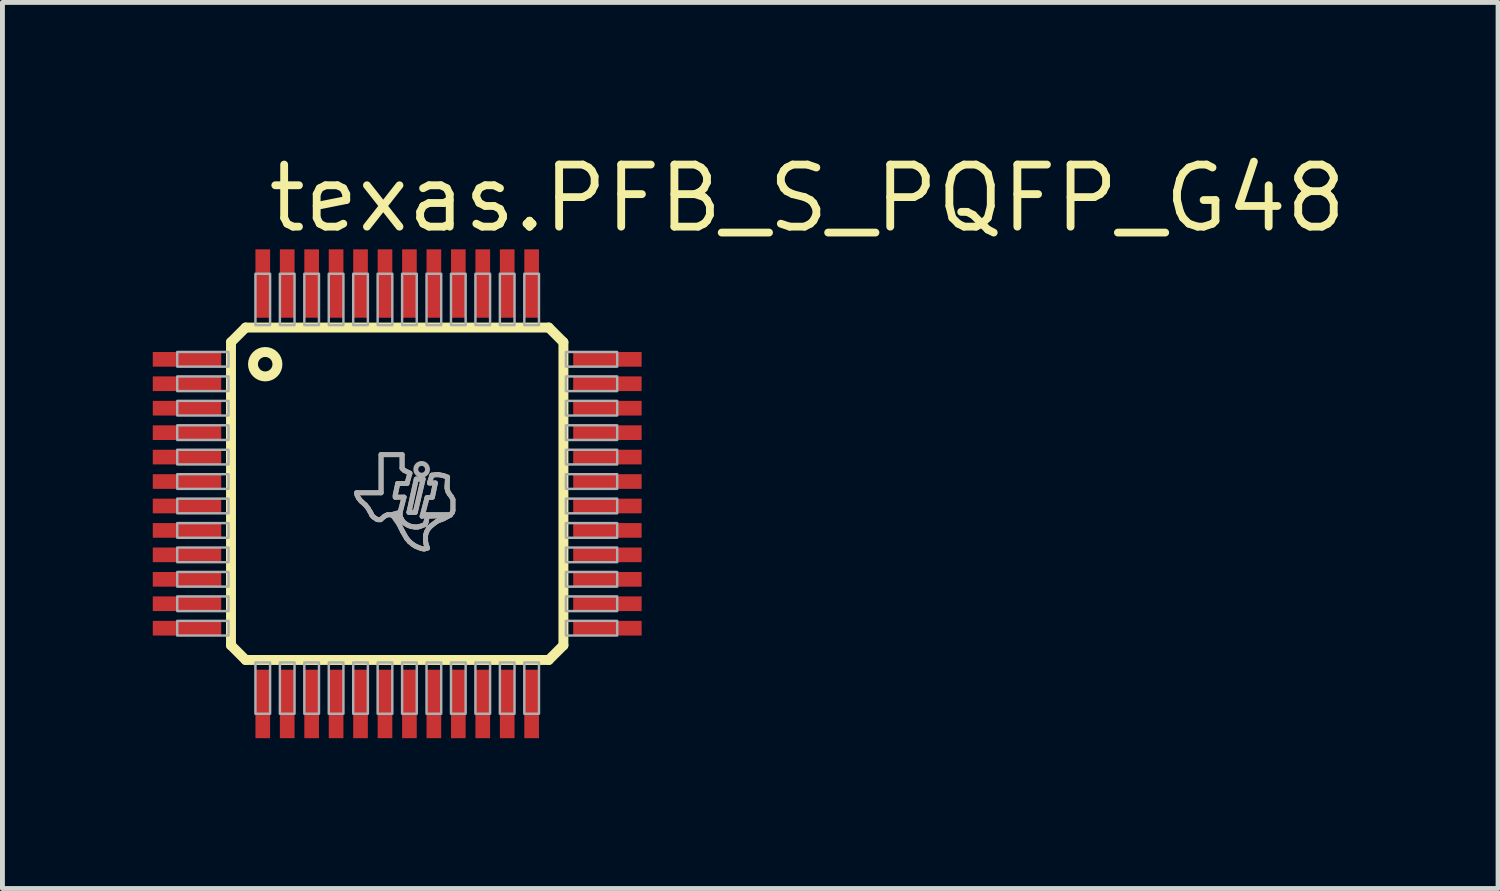
<source format=kicad_pcb>
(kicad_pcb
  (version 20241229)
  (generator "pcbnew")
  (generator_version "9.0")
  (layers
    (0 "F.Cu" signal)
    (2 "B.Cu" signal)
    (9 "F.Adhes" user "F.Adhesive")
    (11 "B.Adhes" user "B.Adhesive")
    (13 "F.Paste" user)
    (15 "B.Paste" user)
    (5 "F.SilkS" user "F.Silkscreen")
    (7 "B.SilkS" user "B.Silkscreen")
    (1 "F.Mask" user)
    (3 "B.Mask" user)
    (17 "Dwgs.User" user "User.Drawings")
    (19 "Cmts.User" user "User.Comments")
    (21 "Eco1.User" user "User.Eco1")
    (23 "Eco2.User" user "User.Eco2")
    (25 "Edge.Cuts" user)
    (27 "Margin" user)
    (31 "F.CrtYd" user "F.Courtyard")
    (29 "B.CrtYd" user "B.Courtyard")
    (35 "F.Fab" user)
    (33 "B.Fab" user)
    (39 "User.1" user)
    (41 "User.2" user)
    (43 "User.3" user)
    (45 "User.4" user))
  (footprint "texas.PFB_S_PQFP_G48"
    (layer "F.Cu")
    (at 5.075 7.05)
    (property "Reference" "texas.PFB_S_PQFP_G48" (at -2.72 -5.3 0) (layer "F.SilkS") (effects (font (size 1.27 1.27) (thickness 0.16)) (justify left bottom)))
    (attr smd)
    (fp_rect (start -5.05 -2.575) (end -3.55 -2.925) (stroke (width 0.05) (type default)) (fill yes) (layer "F.Mask"))
    (fp_rect (start -5.05 -2.075) (end -3.55 -2.425) (stroke (width 0.05) (type default)) (fill yes) (layer "F.Mask"))
    (fp_rect (start -5.05 -1.575) (end -3.55 -1.925) (stroke (width 0.05) (type default)) (fill yes) (layer "F.Mask"))
    (fp_rect (start -5.05 -1.075) (end -3.55 -1.425) (stroke (width 0.05) (type default)) (fill yes) (layer "F.Mask"))
    (fp_rect (start -5.05 -0.575) (end -3.55 -0.925) (stroke (width 0.05) (type default)) (fill yes) (layer "F.Mask"))
    (fp_rect (start -5.05 -0.075) (end -3.55 -0.425) (stroke (width 0.05) (type default)) (fill yes) (layer "F.Mask"))
    (fp_rect (start -5.05 0.425) (end -3.55 0.075) (stroke (width 0.05) (type default)) (fill yes) (layer "F.Mask"))
    (fp_rect (start -5.05 0.925) (end -3.55 0.575) (stroke (width 0.05) (type default)) (fill yes) (layer "F.Mask"))
    (fp_rect (start -5.05 1.425) (end -3.55 1.075) (stroke (width 0.05) (type default)) (fill yes) (layer "F.Mask"))
    (fp_rect (start -5.05 1.925) (end -3.55 1.575) (stroke (width 0.05) (type default)) (fill yes) (layer "F.Mask"))
    (fp_rect (start -5.05 2.425) (end -3.55 2.075) (stroke (width 0.05) (type default)) (fill yes) (layer "F.Mask"))
    (fp_rect (start -5.05 2.925) (end -3.55 2.575) (stroke (width 0.05) (type default)) (fill yes) (layer "F.Mask"))
    (fp_rect (start -2.925 -3.55) (end -2.575 -5.05) (stroke (width 0.05) (type default)) (fill yes) (layer "F.Mask"))
    (fp_rect (start -2.925 5.05) (end -2.575 3.55) (stroke (width 0.05) (type default)) (fill yes) (layer "F.Mask"))
    (fp_rect (start -2.425 -3.55) (end -2.075 -5.05) (stroke (width 0.05) (type default)) (fill yes) (layer "F.Mask"))
    (fp_rect (start -2.425 5.05) (end -2.075 3.55) (stroke (width 0.05) (type default)) (fill yes) (layer "F.Mask"))
    (fp_rect (start -1.925 -3.55) (end -1.575 -5.05) (stroke (width 0.05) (type default)) (fill yes) (layer "F.Mask"))
    (fp_rect (start -1.925 5.05) (end -1.575 3.55) (stroke (width 0.05) (type default)) (fill yes) (layer "F.Mask"))
    (fp_rect (start -1.425 -3.55) (end -1.075 -5.05) (stroke (width 0.05) (type default)) (fill yes) (layer "F.Mask"))
    (fp_rect (start -1.425 5.05) (end -1.075 3.55) (stroke (width 0.05) (type default)) (fill yes) (layer "F.Mask"))
    (fp_rect (start -0.925 -3.55) (end -0.575 -5.05) (stroke (width 0.05) (type default)) (fill yes) (layer "F.Mask"))
    (fp_rect (start -0.925 5.05) (end -0.575 3.55) (stroke (width 0.05) (type default)) (fill yes) (layer "F.Mask"))
    (fp_rect (start -0.425 -3.55) (end -0.075 -5.05) (stroke (width 0.05) (type default)) (fill yes) (layer "F.Mask"))
    (fp_rect (start -0.425 5.05) (end -0.075 3.55) (stroke (width 0.05) (type default)) (fill yes) (layer "F.Mask"))
    (fp_rect (start 0.075 -3.55) (end 0.425 -5.05) (stroke (width 0.05) (type default)) (fill yes) (layer "F.Mask"))
    (fp_rect (start 0.075 5.05) (end 0.425 3.55) (stroke (width 0.05) (type default)) (fill yes) (layer "F.Mask"))
    (fp_rect (start 0.575 -3.55) (end 0.925 -5.05) (stroke (width 0.05) (type default)) (fill yes) (layer "F.Mask"))
    (fp_rect (start 0.575 5.05) (end 0.925 3.55) (stroke (width 0.05) (type default)) (fill yes) (layer "F.Mask"))
    (fp_rect (start 1.075 -3.55) (end 1.425 -5.05) (stroke (width 0.05) (type default)) (fill yes) (layer "F.Mask"))
    (fp_rect (start 1.075 5.05) (end 1.425 3.55) (stroke (width 0.05) (type default)) (fill yes) (layer "F.Mask"))
    (fp_rect (start 1.575 -3.55) (end 1.925 -5.05) (stroke (width 0.05) (type default)) (fill yes) (layer "F.Mask"))
    (fp_rect (start 1.575 5.05) (end 1.925 3.55) (stroke (width 0.05) (type default)) (fill yes) (layer "F.Mask"))
    (fp_rect (start 2.075 -3.55) (end 2.425 -5.05) (stroke (width 0.05) (type default)) (fill yes) (layer "F.Mask"))
    (fp_rect (start 2.075 5.05) (end 2.425 3.55) (stroke (width 0.05) (type default)) (fill yes) (layer "F.Mask"))
    (fp_rect (start 2.575 -3.55) (end 2.925 -5.05) (stroke (width 0.05) (type default)) (fill yes) (layer "F.Mask"))
    (fp_rect (start 2.575 5.05) (end 2.925 3.55) (stroke (width 0.05) (type default)) (fill yes) (layer "F.Mask"))
    (fp_rect (start 3.55 -2.575) (end 5.05 -2.925) (stroke (width 0.05) (type default)) (fill yes) (layer "F.Mask"))
    (fp_rect (start 3.55 -2.075) (end 5.05 -2.425) (stroke (width 0.05) (type default)) (fill yes) (layer "F.Mask"))
    (fp_rect (start 3.55 -1.575) (end 5.05 -1.925) (stroke (width 0.05) (type default)) (fill yes) (layer "F.Mask"))
    (fp_rect (start 3.55 -1.075) (end 5.05 -1.425) (stroke (width 0.05) (type default)) (fill yes) (layer "F.Mask"))
    (fp_rect (start 3.55 -0.575) (end 5.05 -0.925) (stroke (width 0.05) (type default)) (fill yes) (layer "F.Mask"))
    (fp_rect (start 3.55 -0.075) (end 5.05 -0.425) (stroke (width 0.05) (type default)) (fill yes) (layer "F.Mask"))
    (fp_rect (start 3.55 0.425) (end 5.05 0.075) (stroke (width 0.05) (type default)) (fill yes) (layer "F.Mask"))
    (fp_rect (start 3.55 0.925) (end 5.05 0.575) (stroke (width 0.05) (type default)) (fill yes) (layer "F.Mask"))
    (fp_rect (start 3.55 1.425) (end 5.05 1.075) (stroke (width 0.05) (type default)) (fill yes) (layer "F.Mask"))
    (fp_rect (start 3.55 1.925) (end 5.05 1.575) (stroke (width 0.05) (type default)) (fill yes) (layer "F.Mask"))
    (fp_rect (start 3.55 2.425) (end 5.05 2.075) (stroke (width 0.05) (type default)) (fill yes) (layer "F.Mask"))
    (fp_rect (start 3.55 2.925) (end 5.05 2.575) (stroke (width 0.05) (type default)) (fill yes) (layer "F.Mask"))
    (fp_line (start -3.4 -3.1) (end -3.4 3.1) (stroke (width 0.203) (type default)) (layer "F.SilkS"))
    (fp_line (start -3.4 3.1) (end -3.1 3.4) (stroke (width 0.203) (type default)) (layer "F.SilkS"))
    (fp_line (start -3.1 -3.4) (end -3.4 -3.1) (stroke (width 0.203) (type default)) (layer "F.SilkS"))
    (fp_line (start -3.1 3.4) (end 3.1 3.4) (stroke (width 0.203) (type default)) (layer "F.SilkS"))
    (fp_line (start 3.1 -3.4) (end -3.1 -3.4) (stroke (width 0.203) (type default)) (layer "F.SilkS"))
    (fp_line (start 3.1 3.4) (end 3.4 3.1) (stroke (width 0.203) (type default)) (layer "F.SilkS"))
    (fp_line (start 3.4 -3.1) (end 3.1 -3.4) (stroke (width 0.203) (type default)) (layer "F.SilkS"))
    (fp_line (start 3.4 3.1) (end 3.4 -3.1) (stroke (width 0.203) (type default)) (layer "F.SilkS"))
    (fp_circle (center -2.7 -2.65) (end -2.45 -2.65) (stroke (width 0.203) (type default)) (fill no) (layer "F.SilkS"))
    (fp_line (start -0.83 -0.02) (end -0.82 0.03) (stroke (width 0.102) (type default)) (layer "F.Fab"))
    (fp_line (start -0.82 0.03) (end -0.79 0.09) (stroke (width 0.102) (type default)) (layer "F.Fab"))
    (fp_line (start -0.79 0.09) (end -0.74 0.15) (stroke (width 0.102) (type default)) (layer "F.Fab"))
    (fp_line (start -0.74 0.15) (end -0.65 0.23) (stroke (width 0.102) (type default)) (layer "F.Fab"))
    (fp_line (start -0.65 0.23) (end -0.6 0.29) (stroke (width 0.102) (type default)) (layer "F.Fab"))
    (fp_line (start -0.6 0.29) (end -0.56 0.36) (stroke (width 0.102) (type default)) (layer "F.Fab"))
    (fp_line (start -0.56 0.36) (end -0.54 0.39) (stroke (width 0.102) (type default)) (layer "F.Fab"))
    (fp_line (start -0.54 0.39) (end -0.52 0.44) (stroke (width 0.102) (type default)) (layer "F.Fab"))
    (fp_line (start -0.52 0.44) (end -0.48 0.48) (stroke (width 0.102) (type default)) (layer "F.Fab"))
    (fp_line (start -0.48 0.48) (end -0.42 0.52) (stroke (width 0.102) (type default)) (layer "F.Fab"))
    (fp_line (start -0.42 0.52) (end -0.39 0.53) (stroke (width 0.102) (type default)) (layer "F.Fab"))
    (fp_line (start -0.39 0.53) (end -0.34 0.53) (stroke (width 0.102) (type default)) (layer "F.Fab"))
    (fp_line (start -0.34 0.53) (end -0.26 0.46) (stroke (width 0.102) (type default)) (layer "F.Fab"))
    (fp_line (start -0.33 -0.8) (end -0.33 -0.02) (stroke (width 0.102) (type default)) (layer "F.Fab"))
    (fp_line (start -0.33 -0.02) (end -0.83 -0.02) (stroke (width 0.102) (type default)) (layer "F.Fab"))
    (fp_line (start -0.26 0.46) (end -0.2 0.43) (stroke (width 0.102) (type default)) (layer "F.Fab"))
    (fp_line (start -0.2 0.43) (end -0.12 0.43) (stroke (width 0.102) (type default)) (layer "F.Fab"))
    (fp_line (start -0.12 0.43) (end 0.06 0.38) (stroke (width 0.102) (type default)) (layer "F.Fab"))
    (fp_line (start -0.09 0.43) (end -0.09 0.45) (stroke (width 0.102) (type default)) (layer "F.Fab"))
    (fp_line (start -0.09 0.45) (end -0.06 0.48) (stroke (width 0.102) (type default)) (layer "F.Fab"))
    (fp_line (start -0.06 0.48) (end -0.02 0.54) (stroke (width 0.102) (type default)) (layer "F.Fab"))
    (fp_line (start -0.04 0.03) (end 0.01 -0.21) (stroke (width 0.102) (type default)) (layer "F.Fab"))
    (fp_line (start -0.04 0.07) (end -0.04 0.03) (stroke (width 0.102) (type default)) (layer "F.Fab"))
    (fp_line (start -0.02 0.54) (end 0.03 0.61) (stroke (width 0.102) (type default)) (layer "F.Fab"))
    (fp_line (start 0.01 -0.21) (end 0.2 -0.21) (stroke (width 0.102) (type default)) (layer "F.Fab"))
    (fp_line (start 0.03 0.61) (end 0.11 0.77) (stroke (width 0.102) (type default)) (layer "F.Fab"))
    (fp_line (start 0.06 0.38) (end 0.14 0.07) (stroke (width 0.102) (type default)) (layer "F.Fab"))
    (fp_line (start 0.06 0.43) (end -0.09 0.43) (stroke (width 0.102) (type default)) (layer "F.Fab"))
    (fp_line (start 0.06 0.48) (end 0.06 0.43) (stroke (width 0.102) (type default)) (layer "F.Fab"))
    (fp_line (start 0.08 0.51) (end 0.06 0.48) (stroke (width 0.102) (type default)) (layer "F.Fab"))
    (fp_line (start 0.09 0.52) (end 0.08 0.51) (stroke (width 0.102) (type default)) (layer "F.Fab"))
    (fp_line (start 0.1 -0.8) (end -0.33 -0.8) (stroke (width 0.102) (type default)) (layer "F.Fab"))
    (fp_line (start 0.1 -0.52) (end 0.1 -0.8) (stroke (width 0.102) (type default)) (layer "F.Fab"))
    (fp_line (start 0.11 0.56) (end 0.09 0.52) (stroke (width 0.102) (type default)) (layer "F.Fab"))
    (fp_line (start 0.11 0.77) (end 0.19 0.91) (stroke (width 0.102) (type default)) (layer "F.Fab"))
    (fp_line (start 0.14 -0.48) (end 0.1 -0.52) (stroke (width 0.102) (type default)) (layer "F.Fab"))
    (fp_line (start 0.14 0.07) (end -0.04 0.07) (stroke (width 0.102) (type default)) (layer "F.Fab"))
    (fp_line (start 0.15 0.6) (end 0.11 0.56) (stroke (width 0.102) (type default)) (layer "F.Fab"))
    (fp_line (start 0.18 0.62) (end 0.15 0.6) (stroke (width 0.102) (type default)) (layer "F.Fab"))
    (fp_line (start 0.19 0.91) (end 0.25 0.98) (stroke (width 0.102) (type default)) (layer "F.Fab"))
    (fp_line (start 0.2 -0.21) (end 0.26 -0.42) (stroke (width 0.102) (type default)) (layer "F.Fab"))
    (fp_line (start 0.23 0.65) (end 0.18 0.62) (stroke (width 0.102) (type default)) (layer "F.Fab"))
    (fp_line (start 0.24 0.38) (end 0.37 0.38) (stroke (width 0.102) (type default)) (layer "F.Fab"))
    (fp_line (start 0.25 0.98) (end 0.31 1.03) (stroke (width 0.102) (type default)) (layer "F.Fab"))
    (fp_line (start 0.26 -0.42) (end 0.14 -0.48) (stroke (width 0.102) (type default)) (layer "F.Fab"))
    (fp_line (start 0.29 0.67) (end 0.23 0.65) (stroke (width 0.102) (type default)) (layer "F.Fab"))
    (fp_line (start 0.31 1.03) (end 0.37 1.07) (stroke (width 0.102) (type default)) (layer "F.Fab"))
    (fp_line (start 0.36 0.68) (end 0.29 0.67) (stroke (width 0.102) (type default)) (layer "F.Fab"))
    (fp_line (start 0.37 0.38) (end 0.53 -0.3) (stroke (width 0.102) (type default)) (layer "F.Fab"))
    (fp_line (start 0.37 1.07) (end 0.44 1.1) (stroke (width 0.102) (type default)) (layer "F.Fab"))
    (fp_line (start 0.39 -0.3) (end 0.24 0.38) (stroke (width 0.102) (type default)) (layer "F.Fab"))
    (fp_line (start 0.42 0.68) (end 0.36 0.68) (stroke (width 0.102) (type default)) (layer "F.Fab"))
    (fp_line (start 0.44 1.1) (end 0.49 1.12) (stroke (width 0.102) (type default)) (layer "F.Fab"))
    (fp_line (start 0.46 0.67) (end 0.42 0.68) (stroke (width 0.102) (type default)) (layer "F.Fab"))
    (fp_line (start 0.49 1.12) (end 0.55 1.13) (stroke (width 0.102) (type default)) (layer "F.Fab"))
    (fp_line (start 0.51 0.46) (end 0.59 0.43) (stroke (width 0.102) (type default)) (layer "F.Fab"))
    (fp_line (start 0.53 -0.3) (end 0.39 -0.3) (stroke (width 0.102) (type default)) (layer "F.Fab"))
    (fp_line (start 0.55 1.13) (end 0.59 1.12) (stroke (width 0.102) (type default)) (layer "F.Fab"))
    (fp_line (start 0.57 0.63) (end 0.46 0.67) (stroke (width 0.102) (type default)) (layer "F.Fab"))
    (fp_line (start 0.58 0.61) (end 0.57 0.63) (stroke (width 0.102) (type default)) (layer "F.Fab"))
    (fp_line (start 0.58 0.85) (end 0.6 0.78) (stroke (width 0.102) (type default)) (layer "F.Fab"))
    (fp_line (start 0.58 0.97) (end 0.58 0.85) (stroke (width 0.102) (type default)) (layer "F.Fab"))
    (fp_line (start 0.59 0.43) (end 1.09 0.43) (stroke (width 0.102) (type default)) (layer "F.Fab"))
    (fp_line (start 0.59 0.58) (end 0.58 0.61) (stroke (width 0.102) (type default)) (layer "F.Fab"))
    (fp_line (start 0.59 1.03) (end 0.58 0.97) (stroke (width 0.102) (type default)) (layer "F.Fab"))
    (fp_line (start 0.59 1.12) (end 0.62 1.11) (stroke (width 0.102) (type default)) (layer "F.Fab"))
    (fp_line (start 0.6 0.78) (end 0.64 0.71) (stroke (width 0.102) (type default)) (layer "F.Fab"))
    (fp_line (start 0.61 0.08) (end 0.51 0.46) (stroke (width 0.102) (type default)) (layer "F.Fab"))
    (fp_line (start 0.61 0.46) (end 0.61 0.48) (stroke (width 0.102) (type default)) (layer "F.Fab"))
    (fp_line (start 0.61 0.48) (end 0.59 0.58) (stroke (width 0.102) (type default)) (layer "F.Fab"))
    (fp_line (start 0.62 1.11) (end 0.59 1.03) (stroke (width 0.102) (type default)) (layer "F.Fab"))
    (fp_line (start 0.64 0.71) (end 0.7 0.65) (stroke (width 0.102) (type default)) (layer "F.Fab"))
    (fp_line (start 0.66 -0.22) (end 0.78 -0.22) (stroke (width 0.102) (type default)) (layer "F.Fab"))
    (fp_line (start 0.7 0.65) (end 0.82 0.56) (stroke (width 0.102) (type default)) (layer "F.Fab"))
    (fp_line (start 0.71 -0.38) (end 0.66 -0.22) (stroke (width 0.102) (type default)) (layer "F.Fab"))
    (fp_line (start 0.72 0.07) (end 0.61 0.08) (stroke (width 0.102) (type default)) (layer "F.Fab"))
    (fp_line (start 0.78 -0.22) (end 0.72 0.07) (stroke (width 0.102) (type default)) (layer "F.Fab"))
    (fp_line (start 0.79 -0.39) (end 0.71 -0.38) (stroke (width 0.102) (type default)) (layer "F.Fab"))
    (fp_line (start 0.82 0.56) (end 0.95 0.51) (stroke (width 0.102) (type default)) (layer "F.Fab"))
    (fp_line (start 0.85 -0.39) (end 0.79 -0.39) (stroke (width 0.102) (type default)) (layer "F.Fab"))
    (fp_line (start 0.95 -0.37) (end 0.85 -0.39) (stroke (width 0.102) (type default)) (layer "F.Fab"))
    (fp_line (start 0.95 0.51) (end 1.08 0.44) (stroke (width 0.102) (type default)) (layer "F.Fab"))
    (fp_line (start 1.02 -0.16) (end 1.03 -0.34) (stroke (width 0.102) (type default)) (layer "F.Fab"))
    (fp_line (start 1.02 -0.11) (end 1.02 -0.16) (stroke (width 0.102) (type default)) (layer "F.Fab"))
    (fp_line (start 1.03 -0.34) (end 0.95 -0.37) (stroke (width 0.102) (type default)) (layer "F.Fab"))
    (fp_line (start 1.04 -0.04) (end 1.02 -0.11) (stroke (width 0.102) (type default)) (layer "F.Fab"))
    (fp_line (start 1.07 0.01) (end 1.04 -0.04) (stroke (width 0.102) (type default)) (layer "F.Fab"))
    (fp_line (start 1.08 0.44) (end 0.61 0.46) (stroke (width 0.102) (type default)) (layer "F.Fab"))
    (fp_line (start 1.09 0.43) (end 1.13 0.38) (stroke (width 0.102) (type default)) (layer "F.Fab"))
    (fp_line (start 1.11 0.06) (end 1.07 0.01) (stroke (width 0.102) (type default)) (layer "F.Fab"))
    (fp_line (start 1.13 0.38) (end 1.14 0.34) (stroke (width 0.102) (type default)) (layer "F.Fab"))
    (fp_line (start 1.14 0.12) (end 1.11 0.06) (stroke (width 0.102) (type default)) (layer "F.Fab"))
    (fp_line (start 1.14 0.34) (end 1.14 0.12) (stroke (width 0.102) (type default)) (layer "F.Fab"))
    (fp_rect (start -4.5 -2.6) (end -3.45 -2.9) (stroke (width 0.05) (type default)) (fill no) (layer "F.Fab"))
    (fp_rect (start -4.5 -2.1) (end -3.45 -2.4) (stroke (width 0.05) (type default)) (fill no) (layer "F.Fab"))
    (fp_rect (start -4.5 -1.6) (end -3.45 -1.9) (stroke (width 0.05) (type default)) (fill no) (layer "F.Fab"))
    (fp_rect (start -4.5 -1.1) (end -3.45 -1.4) (stroke (width 0.05) (type default)) (fill no) (layer "F.Fab"))
    (fp_rect (start -4.5 -0.6) (end -3.45 -0.9) (stroke (width 0.05) (type default)) (fill no) (layer "F.Fab"))
    (fp_rect (start -4.5 -0.1) (end -3.45 -0.4) (stroke (width 0.05) (type default)) (fill no) (layer "F.Fab"))
    (fp_rect (start -4.5 0.4) (end -3.45 0.1) (stroke (width 0.05) (type default)) (fill no) (layer "F.Fab"))
    (fp_rect (start -4.5 0.9) (end -3.45 0.6) (stroke (width 0.05) (type default)) (fill no) (layer "F.Fab"))
    (fp_rect (start -4.5 1.4) (end -3.45 1.1) (stroke (width 0.05) (type default)) (fill no) (layer "F.Fab"))
    (fp_rect (start -4.5 1.9) (end -3.45 1.6) (stroke (width 0.05) (type default)) (fill no) (layer "F.Fab"))
    (fp_rect (start -4.5 2.4) (end -3.45 2.1) (stroke (width 0.05) (type default)) (fill no) (layer "F.Fab"))
    (fp_rect (start -4.5 2.9) (end -3.45 2.6) (stroke (width 0.05) (type default)) (fill no) (layer "F.Fab"))
    (fp_rect (start -2.9 -3.45) (end -2.6 -4.5) (stroke (width 0.05) (type default)) (fill no) (layer "F.Fab"))
    (fp_rect (start -2.9 4.5) (end -2.6 3.45) (stroke (width 0.05) (type default)) (fill no) (layer "F.Fab"))
    (fp_rect (start -2.4 -3.45) (end -2.1 -4.5) (stroke (width 0.05) (type default)) (fill no) (layer "F.Fab"))
    (fp_rect (start -2.4 4.5) (end -2.1 3.45) (stroke (width 0.05) (type default)) (fill no) (layer "F.Fab"))
    (fp_rect (start -1.9 -3.45) (end -1.6 -4.5) (stroke (width 0.05) (type default)) (fill no) (layer "F.Fab"))
    (fp_rect (start -1.9 4.5) (end -1.6 3.45) (stroke (width 0.05) (type default)) (fill no) (layer "F.Fab"))
    (fp_rect (start -1.4 -3.45) (end -1.1 -4.5) (stroke (width 0.05) (type default)) (fill no) (layer "F.Fab"))
    (fp_rect (start -1.4 4.5) (end -1.1 3.45) (stroke (width 0.05) (type default)) (fill no) (layer "F.Fab"))
    (fp_rect (start -0.9 -3.45) (end -0.6 -4.5) (stroke (width 0.05) (type default)) (fill no) (layer "F.Fab"))
    (fp_rect (start -0.9 4.5) (end -0.6 3.45) (stroke (width 0.05) (type default)) (fill no) (layer "F.Fab"))
    (fp_rect (start -0.4 -3.45) (end -0.1 -4.5) (stroke (width 0.05) (type default)) (fill no) (layer "F.Fab"))
    (fp_rect (start -0.4 4.5) (end -0.1 3.45) (stroke (width 0.05) (type default)) (fill no) (layer "F.Fab"))
    (fp_rect (start 0.1 -3.45) (end 0.4 -4.5) (stroke (width 0.05) (type default)) (fill no) (layer "F.Fab"))
    (fp_rect (start 0.1 4.5) (end 0.4 3.45) (stroke (width 0.05) (type default)) (fill no) (layer "F.Fab"))
    (fp_rect (start 0.6 -3.45) (end 0.9 -4.5) (stroke (width 0.05) (type default)) (fill no) (layer "F.Fab"))
    (fp_rect (start 0.6 4.5) (end 0.9 3.45) (stroke (width 0.05) (type default)) (fill no) (layer "F.Fab"))
    (fp_rect (start 1.1 -3.45) (end 1.4 -4.5) (stroke (width 0.05) (type default)) (fill no) (layer "F.Fab"))
    (fp_rect (start 1.1 4.5) (end 1.4 3.45) (stroke (width 0.05) (type default)) (fill no) (layer "F.Fab"))
    (fp_rect (start 1.6 -3.45) (end 1.9 -4.5) (stroke (width 0.05) (type default)) (fill no) (layer "F.Fab"))
    (fp_rect (start 1.6 4.5) (end 1.9 3.45) (stroke (width 0.05) (type default)) (fill no) (layer "F.Fab"))
    (fp_rect (start 2.1 -3.45) (end 2.4 -4.5) (stroke (width 0.05) (type default)) (fill no) (layer "F.Fab"))
    (fp_rect (start 2.1 4.5) (end 2.4 3.45) (stroke (width 0.05) (type default)) (fill no) (layer "F.Fab"))
    (fp_rect (start 2.6 -3.45) (end 2.9 -4.5) (stroke (width 0.05) (type default)) (fill no) (layer "F.Fab"))
    (fp_rect (start 2.6 4.5) (end 2.9 3.45) (stroke (width 0.05) (type default)) (fill no) (layer "F.Fab"))
    (fp_rect (start 3.45 -2.6) (end 4.5 -2.9) (stroke (width 0.05) (type default)) (fill no) (layer "F.Fab"))
    (fp_rect (start 3.45 -2.1) (end 4.5 -2.4) (stroke (width 0.05) (type default)) (fill no) (layer "F.Fab"))
    (fp_rect (start 3.45 -1.6) (end 4.5 -1.9) (stroke (width 0.05) (type default)) (fill no) (layer "F.Fab"))
    (fp_rect (start 3.45 -1.1) (end 4.5 -1.4) (stroke (width 0.05) (type default)) (fill no) (layer "F.Fab"))
    (fp_rect (start 3.45 -0.6) (end 4.5 -0.9) (stroke (width 0.05) (type default)) (fill no) (layer "F.Fab"))
    (fp_rect (start 3.45 -0.1) (end 4.5 -0.4) (stroke (width 0.05) (type default)) (fill no) (layer "F.Fab"))
    (fp_rect (start 3.45 0.4) (end 4.5 0.1) (stroke (width 0.05) (type default)) (fill no) (layer "F.Fab"))
    (fp_rect (start 3.45 0.9) (end 4.5 0.6) (stroke (width 0.05) (type default)) (fill no) (layer "F.Fab"))
    (fp_rect (start 3.45 1.4) (end 4.5 1.1) (stroke (width 0.05) (type default)) (fill no) (layer "F.Fab"))
    (fp_rect (start 3.45 1.9) (end 4.5 1.6) (stroke (width 0.05) (type default)) (fill no) (layer "F.Fab"))
    (fp_rect (start 3.45 2.4) (end 4.5 2.1) (stroke (width 0.05) (type default)) (fill no) (layer "F.Fab"))
    (fp_rect (start 3.45 2.9) (end 4.5 2.6) (stroke (width 0.05) (type default)) (fill no) (layer "F.Fab"))
    (fp_circle (center 0.5 -0.5) (end 0.62 -0.5) (stroke (width 0.1) (type default)) (fill no) (layer "F.Fab"))
    (fp_poly (pts (xy 0.53 -0.3) (xy 0.39 -0.3) (xy 0.24 0.38) (xy 0.37 0.38)) (stroke (width 0.1) (type default)) (fill no) (layer "F.Fab"))
    (fp_poly (pts (xy 1.03 -0.34) (xy 0.95 -0.37) (xy 0.85 -0.39) (xy 0.79 -0.39) (xy 0.71 -0.38) (xy 0.66 -0.22) (xy 0.78 -0.22) (xy 0.72 0.07) (xy 0.61 0.08) (xy 0.51 0.46) (xy 0.59 0.43) (xy 1.09 0.43) (xy 1.13 0.38) (xy 1.14 0.34) (xy 1.14 0.12) (xy 1.11 0.06) (xy 1.07 0.01) (xy 1.04 -0.04) (xy 1.02 -0.11) (xy 1.02 -0.16)) (stroke (width 0.1) (type default)) (fill no) (layer "F.Fab"))
    (fp_poly (pts (xy 0.1 -0.8) (xy -0.33 -0.8) (xy -0.33 -0.02) (xy -0.83 -0.02) (xy -0.82 0.03) (xy -0.79 0.09) (xy -0.74 0.15) (xy -0.65 0.23) (xy -0.6 0.29) (xy -0.56 0.36) (xy -0.54 0.39) (xy -0.52 0.44) (xy -0.48 0.48) (xy -0.42 0.52) (xy -0.39 0.53) (xy -0.34 0.53) (xy -0.26 0.46) (xy -0.2 0.43) (xy -0.12 0.43) (xy 0.06 0.38) (xy 0.14 0.07) (xy -0.04 0.07) (xy -0.04 0.03) (xy 0.01 -0.21) (xy 0.2 -0.21) (xy 0.26 -0.42) (xy 0.14 -0.48) (xy 0.1 -0.52)) (stroke (width 0.1) (type default)) (fill no) (layer "F.Fab"))
    (fp_poly (pts (xy 0.61 0.46) (xy 0.61 0.48) (xy 0.59 0.58) (xy 0.58 0.61) (xy 0.57 0.63) (xy 0.46 0.67) (xy 0.42 0.68) (xy 0.36 0.68) (xy 0.29 0.67) (xy 0.23 0.65) (xy 0.18 0.62) (xy 0.15 0.6) (xy 0.11 0.56) (xy 0.09 0.52) (xy 0.08 0.51) (xy 0.06 0.48) (xy 0.06 0.43) (xy -0.09 0.43) (xy -0.09 0.45) (xy -0.06 0.48) (xy -0.02 0.54) (xy 0.03 0.61) (xy 0.11 0.77) (xy 0.19 0.91) (xy 0.25 0.98) (xy 0.31 1.03) (xy 0.37 1.07) (xy 0.44 1.1) (xy 0.49 1.12) (xy 0.55 1.13) (xy 0.59 1.12) (xy 0.62 1.11) (xy 0.59 1.03) (xy 0.58 0.97) (xy 0.58 0.85) (xy 0.6 0.78) (xy 0.64 0.71) (xy 0.7 0.65) (xy 0.82 0.56) (xy 0.95 0.51) (xy 1.08 0.44)) (stroke (width 0.1) (type default)) (fill no) (layer "F.Fab"))
    (pad "1" smd roundrect (at -4.3 -2.75) (size 1.4 0.3) (layers "F.Cu" "F.Mask" "F.Paste") (roundrect_rratio 0.01))
    (pad "2" smd roundrect (at -4.3 -2.25) (size 1.4 0.3) (layers "F.Cu" "F.Mask" "F.Paste") (roundrect_rratio 0.01))
    (pad "3" smd roundrect (at -4.3 -1.75) (size 1.4 0.3) (layers "F.Cu" "F.Mask" "F.Paste") (roundrect_rratio 0.01))
    (pad "4" smd roundrect (at -4.3 -1.25) (size 1.4 0.3) (layers "F.Cu" "F.Mask" "F.Paste") (roundrect_rratio 0.01))
    (pad "5" smd roundrect (at -4.3 -0.75) (size 1.4 0.3) (layers "F.Cu" "F.Mask" "F.Paste") (roundrect_rratio 0.01))
    (pad "6" smd roundrect (at -4.3 -0.25) (size 1.4 0.3) (layers "F.Cu" "F.Mask" "F.Paste") (roundrect_rratio 0.01))
    (pad "7" smd roundrect (at -4.3 0.25) (size 1.4 0.3) (layers "F.Cu" "F.Mask" "F.Paste") (roundrect_rratio 0.01))
    (pad "8" smd roundrect (at -4.3 0.75) (size 1.4 0.3) (layers "F.Cu" "F.Mask" "F.Paste") (roundrect_rratio 0.01))
    (pad "9" smd roundrect (at -4.3 1.25) (size 1.4 0.3) (layers "F.Cu" "F.Mask" "F.Paste") (roundrect_rratio 0.01))
    (pad "10" smd roundrect (at -4.3 1.75) (size 1.4 0.3) (layers "F.Cu" "F.Mask" "F.Paste") (roundrect_rratio 0.01))
    (pad "11" smd roundrect (at -4.3 2.25) (size 1.4 0.3) (layers "F.Cu" "F.Mask" "F.Paste") (roundrect_rratio 0.01))
    (pad "12" smd roundrect (at -4.3 2.75) (size 1.4 0.3) (layers "F.Cu" "F.Mask" "F.Paste") (roundrect_rratio 0.01))
    (pad "13" smd roundrect (at -2.75 4.3) (size 0.3 1.4) (layers "F.Cu" "F.Mask" "F.Paste") (roundrect_rratio 0.01))
    (pad "14" smd roundrect (at -2.25 4.3) (size 0.3 1.4) (layers "F.Cu" "F.Mask" "F.Paste") (roundrect_rratio 0.01))
    (pad "15" smd roundrect (at -1.75 4.3) (size 0.3 1.4) (layers "F.Cu" "F.Mask" "F.Paste") (roundrect_rratio 0.01))
    (pad "16" smd roundrect (at -1.25 4.3) (size 0.3 1.4) (layers "F.Cu" "F.Mask" "F.Paste") (roundrect_rratio 0.01))
    (pad "17" smd roundrect (at -0.75 4.3) (size 0.3 1.4) (layers "F.Cu" "F.Mask" "F.Paste") (roundrect_rratio 0.01))
    (pad "18" smd roundrect (at -0.25 4.3) (size 0.3 1.4) (layers "F.Cu" "F.Mask" "F.Paste") (roundrect_rratio 0.01))
    (pad "19" smd roundrect (at 0.25 4.3) (size 0.3 1.4) (layers "F.Cu" "F.Mask" "F.Paste") (roundrect_rratio 0.01))
    (pad "20" smd roundrect (at 0.75 4.3) (size 0.3 1.4) (layers "F.Cu" "F.Mask" "F.Paste") (roundrect_rratio 0.01))
    (pad "21" smd roundrect (at 1.25 4.3) (size 0.3 1.4) (layers "F.Cu" "F.Mask" "F.Paste") (roundrect_rratio 0.01))
    (pad "22" smd roundrect (at 1.75 4.3) (size 0.3 1.4) (layers "F.Cu" "F.Mask" "F.Paste") (roundrect_rratio 0.01))
    (pad "23" smd roundrect (at 2.25 4.3) (size 0.3 1.4) (layers "F.Cu" "F.Mask" "F.Paste") (roundrect_rratio 0.01))
    (pad "24" smd roundrect (at 2.75 4.3) (size 0.3 1.4) (layers "F.Cu" "F.Mask" "F.Paste") (roundrect_rratio 0.01))
    (pad "25" smd roundrect (at 4.3 2.75) (size 1.4 0.3) (layers "F.Cu" "F.Mask" "F.Paste") (roundrect_rratio 0.01))
    (pad "26" smd roundrect (at 4.3 2.25) (size 1.4 0.3) (layers "F.Cu" "F.Mask" "F.Paste") (roundrect_rratio 0.01))
    (pad "27" smd roundrect (at 4.3 1.75) (size 1.4 0.3) (layers "F.Cu" "F.Mask" "F.Paste") (roundrect_rratio 0.01))
    (pad "28" smd roundrect (at 4.3 1.25) (size 1.4 0.3) (layers "F.Cu" "F.Mask" "F.Paste") (roundrect_rratio 0.01))
    (pad "29" smd roundrect (at 4.3 0.75) (size 1.4 0.3) (layers "F.Cu" "F.Mask" "F.Paste") (roundrect_rratio 0.01))
    (pad "30" smd roundrect (at 4.3 0.25) (size 1.4 0.3) (layers "F.Cu" "F.Mask" "F.Paste") (roundrect_rratio 0.01))
    (pad "31" smd roundrect (at 4.3 -0.25) (size 1.4 0.3) (layers "F.Cu" "F.Mask" "F.Paste") (roundrect_rratio 0.01))
    (pad "32" smd roundrect (at 4.3 -0.75) (size 1.4 0.3) (layers "F.Cu" "F.Mask" "F.Paste") (roundrect_rratio 0.01))
    (pad "33" smd roundrect (at 4.3 -1.25) (size 1.4 0.3) (layers "F.Cu" "F.Mask" "F.Paste") (roundrect_rratio 0.01))
    (pad "34" smd roundrect (at 4.3 -1.75) (size 1.4 0.3) (layers "F.Cu" "F.Mask" "F.Paste") (roundrect_rratio 0.01))
    (pad "35" smd roundrect (at 4.3 -2.25) (size 1.4 0.3) (layers "F.Cu" "F.Mask" "F.Paste") (roundrect_rratio 0.01))
    (pad "36" smd roundrect (at 4.3 -2.75) (size 1.4 0.3) (layers "F.Cu" "F.Mask" "F.Paste") (roundrect_rratio 0.01))
    (pad "37" smd roundrect (at 2.75 -4.3) (size 0.3 1.4) (layers "F.Cu" "F.Mask" "F.Paste") (roundrect_rratio 0.01))
    (pad "38" smd roundrect (at 2.25 -4.3) (size 0.3 1.4) (layers "F.Cu" "F.Mask" "F.Paste") (roundrect_rratio 0.01))
    (pad "39" smd roundrect (at 1.75 -4.3) (size 0.3 1.4) (layers "F.Cu" "F.Mask" "F.Paste") (roundrect_rratio 0.01))
    (pad "40" smd roundrect (at 1.25 -4.3) (size 0.3 1.4) (layers "F.Cu" "F.Mask" "F.Paste") (roundrect_rratio 0.01))
    (pad "41" smd roundrect (at 0.75 -4.3) (size 0.3 1.4) (layers "F.Cu" "F.Mask" "F.Paste") (roundrect_rratio 0.01))
    (pad "42" smd roundrect (at 0.25 -4.3) (size 0.3 1.4) (layers "F.Cu" "F.Mask" "F.Paste") (roundrect_rratio 0.01))
    (pad "43" smd roundrect (at -0.25 -4.3) (size 0.3 1.4) (layers "F.Cu" "F.Mask" "F.Paste") (roundrect_rratio 0.01))
    (pad "44" smd roundrect (at -0.75 -4.3) (size 0.3 1.4) (layers "F.Cu" "F.Mask" "F.Paste") (roundrect_rratio 0.01))
    (pad "45" smd roundrect (at -1.25 -4.3) (size 0.3 1.4) (layers "F.Cu" "F.Mask" "F.Paste") (roundrect_rratio 0.01))
    (pad "46" smd roundrect (at -1.75 -4.3) (size 0.3 1.4) (layers "F.Cu" "F.Mask" "F.Paste") (roundrect_rratio 0.01))
    (pad "47" smd roundrect (at -2.25 -4.3) (size 0.3 1.4) (layers "F.Cu" "F.Mask" "F.Paste") (roundrect_rratio 0.01))
    (pad "48" smd roundrect (at -2.75 -4.3) (size 0.3 1.4) (layers "F.Cu" "F.Mask" "F.Paste") (roundrect_rratio 0.01)))
  (gr_rect
    (start -3 -3)
    (end 27.594 15.125)
    (stroke (width 0.1) (type default))
    (fill no)
    (layer "Edge.Cuts")))
</source>
